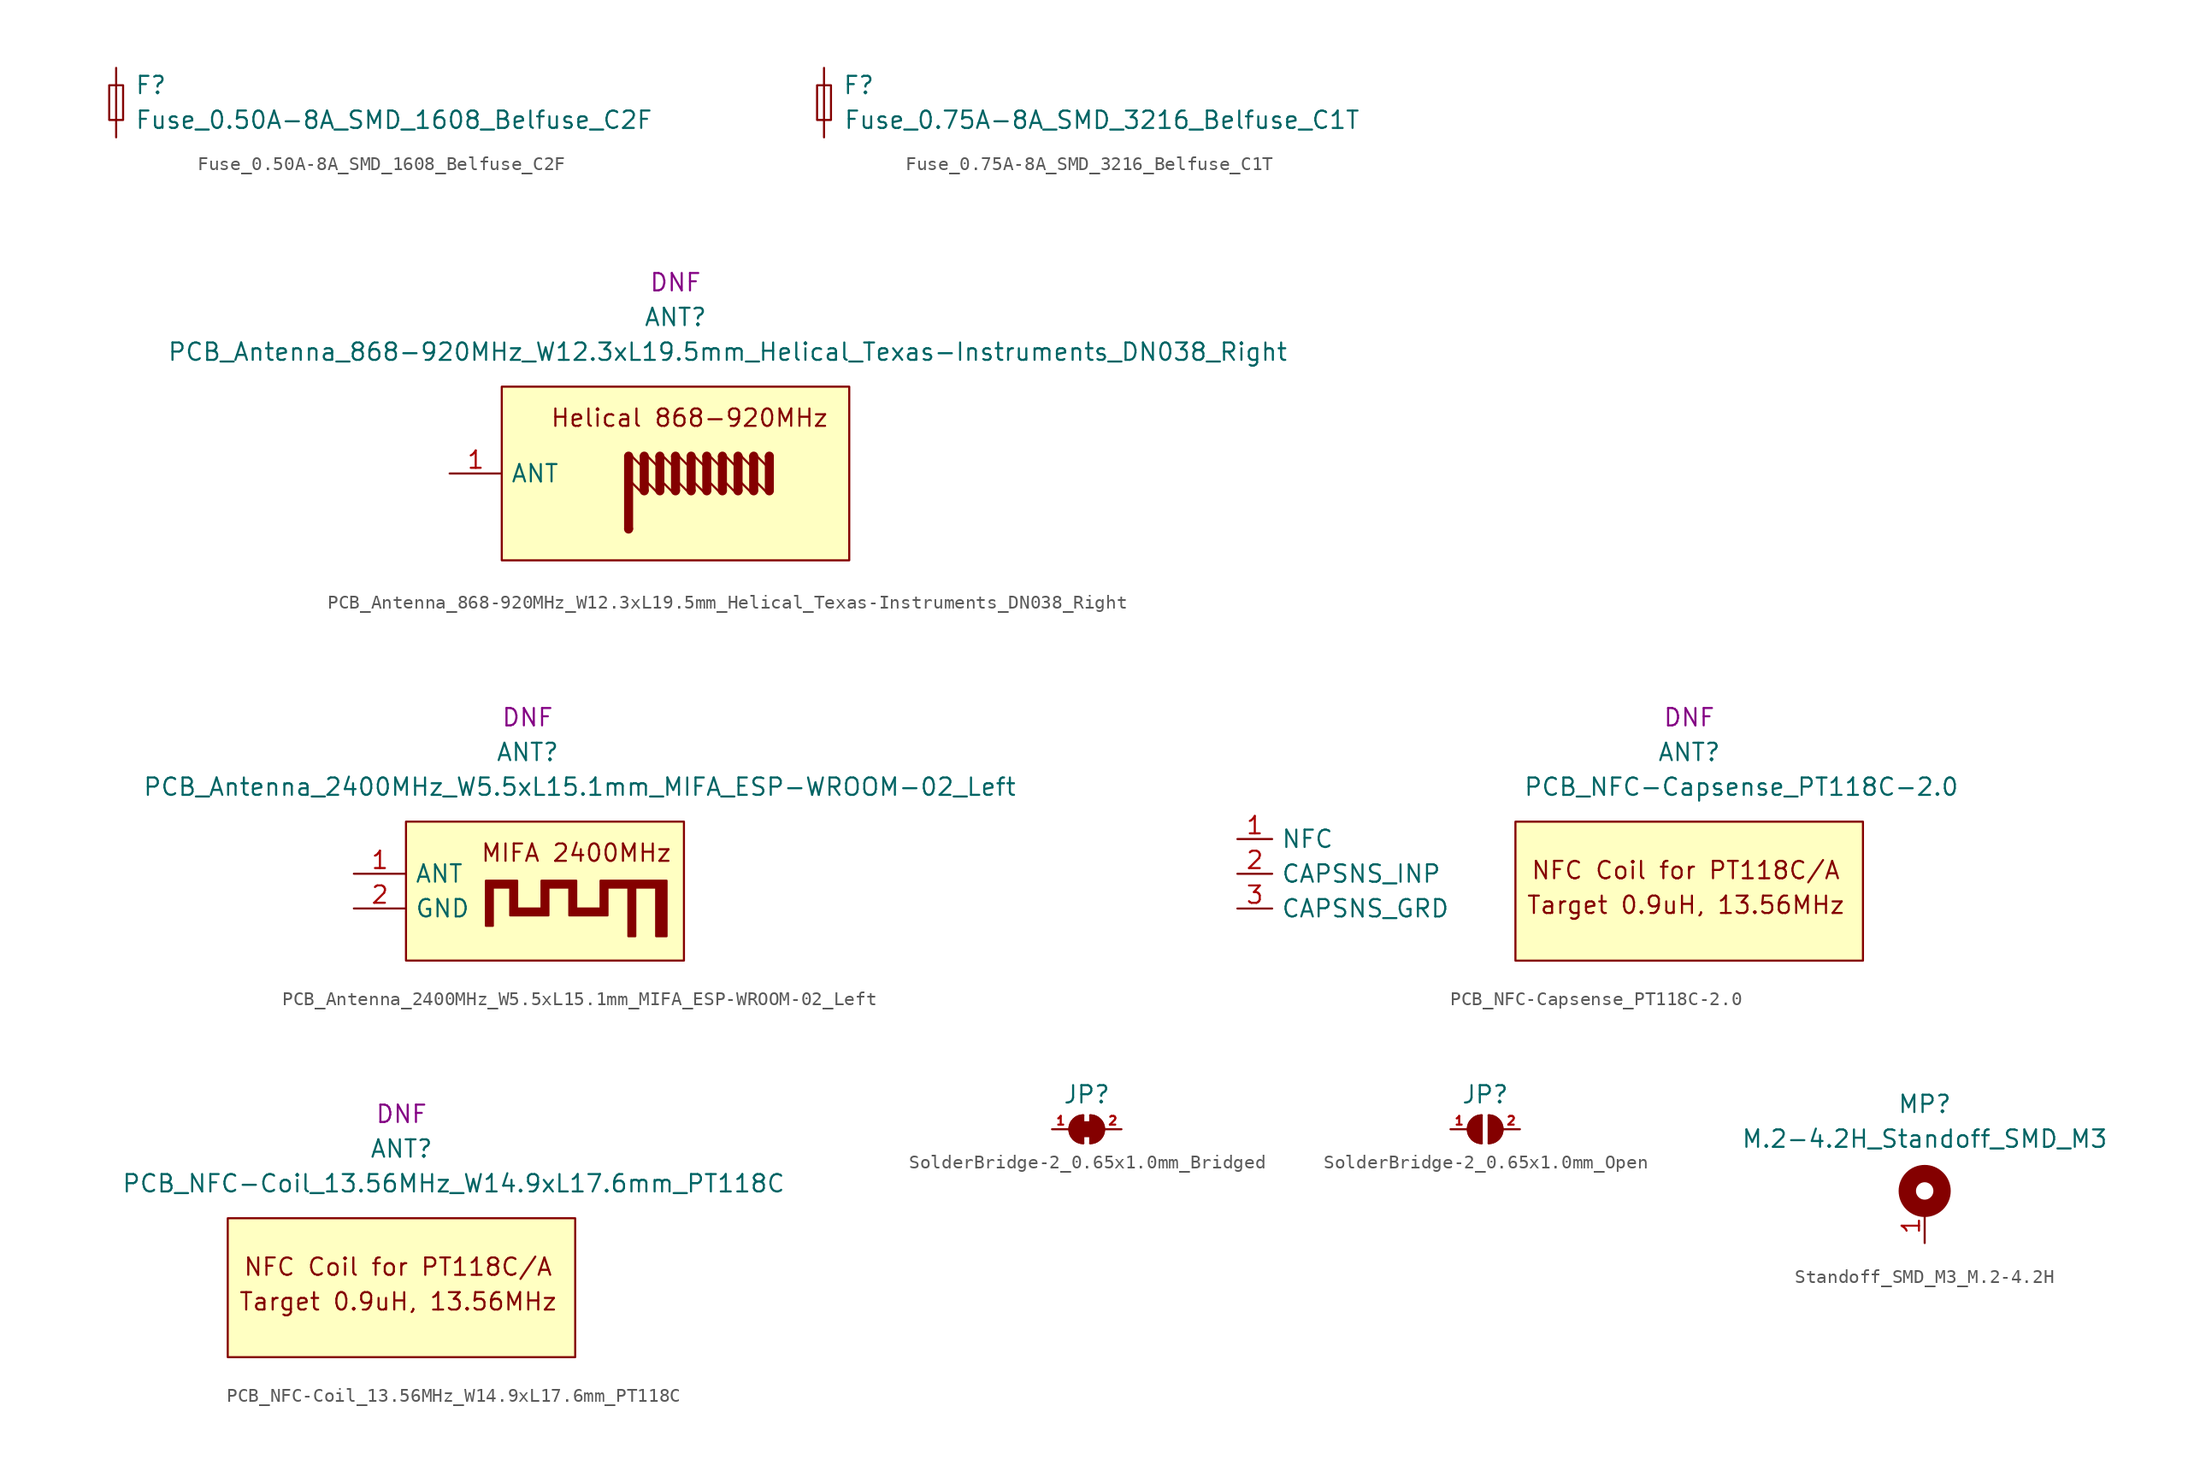
<source format=kicad_sym>
(kicad_symbol_lib
  (version 20220914)
  (generator kicad_symbol_editor)
  (symbol "Fuse_0.50A-8A_SMD_1608_Belfuse_C2F"
    (pin_numbers hide)
    (pin_names
      (offset 1.27) hide)
    (property "Reference" "F"
      (at 2.54 1.27 0)
      (effects (font (size 1.27 1.27))))
    (property "Value" "Fuse_0.50A-8A_SMD_1608_Belfuse_C2F"
      (at 20.32 -1.27 0)
      (effects (font (size 1.27 1.27))))
    (symbol "Fuse_0.50A-8A_SMD_1608_Belfuse_C2F_1_1"
      (rectangle (start -0.508 -1.27) (end 0.508 1.27) (stroke (width 0) (type default)) (fill (type none)))
      (polyline (pts (xy 0 -1.27) (xy 0 1.27)) (stroke (width 0) (type default)) (fill (type none)))
      (pin passive line (at 0 -2.54 90) (length 1.27) (name "~" (effects (font (size 1.27 1.27)))) (number "1" (effects (font (size 1.27 1.27)))))
      (pin passive line (at 0 2.54 270) (length 1.27) (name "~" (effects (font (size 1.27 1.27)))) (number "2" (effects (font (size 1.27 1.27)))))))
  (symbol "Fuse_0.75A-8A_SMD_3216_Belfuse_C1T"
    (pin_numbers hide)
    (pin_names
      (offset 1.27) hide)
    (property "Reference" "F"
      (at 2.54 1.27 0)
      (effects (font (size 1.27 1.27))))
    (property "Value" "Fuse_0.75A-8A_SMD_3216_Belfuse_C1T"
      (at 20.32 -1.27 0)
      (effects (font (size 1.27 1.27))))
    (symbol "Fuse_0.75A-8A_SMD_3216_Belfuse_C1T_1_1"
      (rectangle (start -0.508 -1.27) (end 0.508 1.27) (stroke (width 0) (type default)) (fill (type none)))
      (polyline (pts (xy 0 -1.27) (xy 0 1.27)) (stroke (width 0) (type default)) (fill (type none)))
      (pin passive line (at 0 -2.54 90) (length 1.27) (name "~" (effects (font (size 1.27 1.27)))) (number "1" (effects (font (size 1.27 1.27)))))
      (pin passive line (at 0 2.54 270) (length 1.27) (name "~" (effects (font (size 1.27 1.27)))) (number "2" (effects (font (size 1.27 1.27)))))))
  (symbol "PCB_Antenna_868-920MHz_W12.3xL19.5mm_Helical_Texas-Instruments_DN038_Right"
    (pin_names
      (offset 0.635))
    (property "Reference" "ANT"
      (at 0 11.43 0)
      (effects (font (size 1.27 1.27))))
    (property "Value" "PCB_Antenna_868-920MHz_W12.3xL19.5mm_Helical_Texas-Instruments_DN038_Right"
      (at 3.81 8.89 0)
      (effects (font (size 1.27 1.27))))
    (property "FitPart" "DNF"
      (at 0 13.97 0)
      (effects (font (size 1.27 1.27))))
    (symbol "PCB_Antenna_868-920MHz_W12.3xL19.5mm_Helical_Texas-Instruments_DN038_Right_0_0"
      (circle (center -3.429 -4.064) (radius 0.254) (stroke (width 0) (type default)) (fill (type outline)))
      (rectangle (start -3.175 -4.064) (end -3.683 1.27) (stroke (width 0) (type default)) (fill (type outline)))
      (rectangle (start -2.54 1.27) (end -2.032 -1.27) (stroke (width 0) (type default)) (fill (type outline)))
      (circle (center -2.286 1.27) (radius 0.254) (stroke (width 0) (type default)) (fill (type outline)))
      (rectangle (start -1.397 1.27) (end -0.889 -1.27) (stroke (width 0) (type default)) (fill (type outline)))
      (circle (center -1.143 1.27) (radius 0.254) (stroke (width 0) (type default)) (fill (type outline)))
      (polyline (pts (xy -3.378 1.448) (xy -2.464 0.533) (xy -2.464 -1.397) (xy -3.302 -0.559) (xy -3.302 1.321)) (stroke (width 0) (type default)) (fill (type none)))
      (polyline (pts (xy -2.235 1.448) (xy -1.321 0.533) (xy -1.321 -1.397) (xy -2.159 -0.559) (xy -2.159 1.321)) (stroke (width 0) (type default)) (fill (type none)))
      (polyline (pts (xy -1.092 1.448) (xy -0.178 0.533) (xy -0.178 -1.397) (xy -1.016 -0.559) (xy -1.016 1.321)) (stroke (width 0) (type default)) (fill (type none)))
      (text "Helical 868-920MHz" (at 1.016 4.064 0) (effects (font (size 1.27 1.27))))
      (pin bidirectional line (at -16.51 0 0) (length 3.81) (name "ANT" (effects (font (size 1.27 1.27)))) (number "1" (effects (font (size 1.27 1.27))))))
    (symbol "PCB_Antenna_868-920MHz_W12.3xL19.5mm_Helical_Texas-Instruments_DN038_Right_0_1"
      (rectangle (start -12.7 6.35) (end 12.7 -6.35) (stroke (width 0) (type default)) (fill (type background))))
    (symbol "PCB_Antenna_868-920MHz_W12.3xL19.5mm_Helical_Texas-Instruments_DN038_Right_1_1"
      (circle (center -3.429 1.27) (radius 0.254) (stroke (width 0) (type default)) (fill (type outline)))
      (circle (center -2.286 -1.27) (radius 0.254) (stroke (width 0) (type default)) (fill (type outline)))
      (circle (center -1.143 -1.27) (radius 0.254) (stroke (width 0) (type default)) (fill (type outline)))
      (rectangle (start -0.254 1.27) (end 0.254 -1.27) (stroke (width 0) (type default)) (fill (type outline)))
      (circle (center 0 -1.27) (radius 0.254) (stroke (width 0) (type default)) (fill (type outline)))
      (polyline (pts (xy 0.051 1.448) (xy 0.965 0.533) (xy 0.965 -1.397) (xy 0.127 -0.559) (xy 0.127 1.321)) (stroke (width 0) (type default)) (fill (type none)))
      (polyline (pts (xy 1.194 1.448) (xy 2.108 0.533) (xy 2.108 -1.397) (xy 1.27 -0.559) (xy 1.27 1.321)) (stroke (width 0) (type default)) (fill (type none)))
      (polyline (pts (xy 2.337 1.448) (xy 3.251 0.533) (xy 3.251 -1.397) (xy 2.413 -0.559) (xy 2.413 1.321)) (stroke (width 0) (type default)) (fill (type none)))
      (polyline (pts (xy 3.48 1.448) (xy 4.394 0.533) (xy 4.394 -1.397) (xy 3.556 -0.559) (xy 3.556 1.321)) (stroke (width 0) (type default)) (fill (type none)))
      (polyline (pts (xy 4.623 1.448) (xy 5.537 0.533) (xy 5.537 -1.397) (xy 4.699 -0.559) (xy 4.699 1.321)) (stroke (width 0) (type default)) (fill (type none)))
      (polyline (pts (xy 5.766 1.448) (xy 6.68 0.533) (xy 6.68 -1.397) (xy 5.842 -0.559) (xy 5.842 1.321)) (stroke (width 0) (type default)) (fill (type none)))
      (circle (center 0 1.27) (radius 0.254) (stroke (width 0) (type default)) (fill (type outline)))
      (rectangle (start 0.889 1.27) (end 1.397 -1.27) (stroke (width 0) (type default)) (fill (type outline)))
      (circle (center 1.143 -1.27) (radius 0.254) (stroke (width 0) (type default)) (fill (type outline)))
      (circle (center 1.143 1.27) (radius 0.254) (stroke (width 0) (type default)) (fill (type outline)))
      (rectangle (start 2.032 1.27) (end 2.54 -1.27) (stroke (width 0) (type default)) (fill (type outline)))
      (circle (center 2.286 -1.27) (radius 0.254) (stroke (width 0) (type default)) (fill (type outline)))
      (circle (center 2.286 1.27) (radius 0.254) (stroke (width 0) (type default)) (fill (type outline)))
      (rectangle (start 3.175 1.27) (end 3.683 -1.27) (stroke (width 0) (type default)) (fill (type outline)))
      (circle (center 3.429 -1.27) (radius 0.254) (stroke (width 0) (type default)) (fill (type outline)))
      (circle (center 3.429 1.27) (radius 0.254) (stroke (width 0) (type default)) (fill (type outline)))
      (rectangle (start 4.318 1.27) (end 4.826 -1.27) (stroke (width 0) (type default)) (fill (type outline)))
      (circle (center 4.572 -1.27) (radius 0.254) (stroke (width 0) (type default)) (fill (type outline)))
      (circle (center 4.572 1.27) (radius 0.254) (stroke (width 0) (type default)) (fill (type outline)))
      (rectangle (start 5.461 1.27) (end 5.969 -1.27) (stroke (width 0) (type default)) (fill (type outline)))
      (circle (center 5.715 -1.27) (radius 0.254) (stroke (width 0) (type default)) (fill (type outline)))
      (circle (center 5.715 1.27) (radius 0.254) (stroke (width 0) (type default)) (fill (type outline)))
      (rectangle (start 6.604 1.27) (end 7.112 -1.27) (stroke (width 0) (type default)) (fill (type outline)))
      (circle (center 6.858 -1.27) (radius 0.254) (stroke (width 0) (type default)) (fill (type outline)))
      (circle (center 6.858 1.27) (radius 0.254) (stroke (width 0) (type default)) (fill (type outline)))))
  (symbol "PCB_Antenna_2400MHz_W5.5xL15.1mm_MIFA_ESP-WROOM-02_Left"
    (pin_names
      (offset 0.635))
    (property "Reference" "ANT"
      (at -1.27 10.16 0)
      (effects (font (size 1.27 1.27))))
    (property "Value" "PCB_Antenna_2400MHz_W5.5xL15.1mm_MIFA_ESP-WROOM-02_Left"
      (at 2.54 7.62 0)
      (effects (font (size 1.27 1.27))))
    (property "FitPart" "DNF"
      (at -1.27 12.7 0)
      (effects (font (size 1.27 1.27))))
    (symbol "PCB_Antenna_2400MHz_W5.5xL15.1mm_MIFA_ESP-WROOM-02_Left_0_0"
      (polyline (pts (xy 8.89 -3.302) (xy 8.89 0.762) (xy 4.064 0.762) (xy 4.064 -1.27) (xy 2.286 -1.27) (xy 2.286 0.762) (xy -0.254 0.762) (xy -0.254 -1.27) (xy -2.032 -1.27) (xy -2.032 0.762) (xy -4.318 0.762) (xy -4.318 -2.54) (xy -3.81 -2.54) (xy -3.81 0.254) (xy -2.54 0.254) (xy -2.54 -1.778) (xy 0.254 -1.778) (xy 0.254 0.254) (xy 1.778 0.254) (xy 1.778 -1.778) (xy 4.572 -1.778) (xy 4.572 0.254) (xy 6.096 0.254) (xy 6.096 -3.302) (xy 6.604 -3.302) (xy 6.604 0.254) (xy 8.128 0.254) (xy 8.128 -3.302) (xy 8.89 -3.302)) (stroke (width 0) (type default)) (fill (type outline)))
      (text "MIFA 2400MHz" (at 2.286 2.794 0) (effects (font (size 1.27 1.27))))
      (pin bidirectional line (at -13.97 1.27 0) (length 3.81) (name "ANT" (effects (font (size 1.27 1.27)))) (number "1" (effects (font (size 1.27 1.27)))))
      (pin power_in line (at -13.97 -1.27 0) (length 3.81) (name "GND" (effects (font (size 1.27 1.27)))) (number "2" (effects (font (size 1.27 1.27))))))
    (symbol "PCB_Antenna_2400MHz_W5.5xL15.1mm_MIFA_ESP-WROOM-02_Left_0_1"
      (rectangle (start -10.16 5.08) (end 10.16 -5.08) (stroke (width 0) (type default)) (fill (type background)))))
  (symbol "PCB_NFC-Capsense_PT118C-2.0"
    (pin_names
      (offset 0.635))
    (property "Reference" "ANT"
      (at 0 10.16 0)
      (effects (font (size 1.27 1.27))))
    (property "Value" "PCB_NFC-Capsense_PT118C-2.0"
      (at 3.81 7.62 0)
      (effects (font (size 1.27 1.27))))
    (property "FitPart" "DNF"
      (at 0 12.7 0)
      (effects (font (size 1.27 1.27))))
    (symbol "PCB_NFC-Capsense_PT118C-2.0_0_0"
      (text "NFC Coil for PT118C/A" (at -0.254 1.524 0) (effects (font (size 1.27 1.27))))
      (text "Target 0.9uH, 13.56MHz" (at -0.254 -1.016 0) (effects (font (size 1.27 1.27))))
      (pin passive line (at -33.02 3.81 0) (length 2.54) (name "NFC" (effects (font (size 1.27 1.27)))) (number "1" (effects (font (size 1.27 1.27)))))
      (pin passive line (at -33.02 1.27 0) (length 2.54) (name "CAPSNS_INP" (effects (font (size 1.27 1.27)))) (number "2" (effects (font (size 1.27 1.27)))))
      (pin passive line (at -33.02 -1.27 0) (length 2.54) (name "CAPSNS_GRD" (effects (font (size 1.27 1.27)))) (number "3" (effects (font (size 1.27 1.27))))))
    (symbol "PCB_NFC-Capsense_PT118C-2.0_0_1"
      (rectangle (start -12.7 5.08) (end 12.7 -5.08) (stroke (width 0) (type default)) (fill (type background)))))
  (symbol "PCB_NFC-Coil_13.56MHz_W14.9xL17.6mm_PT118C"
    (pin_names
      (offset 0.635))
    (property "Reference" "ANT"
      (at 0 10.16 0)
      (effects (font (size 1.27 1.27))))
    (property "Value" "PCB_NFC-Coil_13.56MHz_W14.9xL17.6mm_PT118C"
      (at 3.81 7.62 0)
      (effects (font (size 1.27 1.27))))
    (property "FitPart" "DNF"
      (at 0 12.7 0)
      (effects (font (size 1.27 1.27))))
    (symbol "PCB_NFC-Coil_13.56MHz_W14.9xL17.6mm_PT118C_0_0"
      (text "NFC Coil for PT118C/A" (at -0.254 1.524 0) (effects (font (size 1.27 1.27))))
      (text "Target 0.9uH, 13.56MHz" (at -0.254 -1.016 0) (effects (font (size 1.27 1.27)))))
    (symbol "PCB_NFC-Coil_13.56MHz_W14.9xL17.6mm_PT118C_0_1"
      (rectangle (start -12.7 5.08) (end 12.7 -5.08) (stroke (width 0) (type default)) (fill (type background)))))
  (symbol "SolderBridge-2_0.65x1.0mm_Bridged"
    (pin_names
      (offset 1.27) hide)
    (property "Reference" "JP"
      (at 0 2.54 0)
      (effects (font (size 1.27 1.27))))
    (symbol "SolderBridge-2_0.65x1.0mm_Bridged_0_1"
      (rectangle (start -0.508 0.508) (end 0.508 -0.508) (stroke (width 0) (type default)) (fill (type outline)))
      (arc (start -0.254 1.016) (mid -1.2656 0) (end -0.254 -1.016) (stroke (width 0) (type default)) (fill (type none)))
      (arc (start -0.254 1.016) (mid -1.2656 0) (end -0.254 -1.016) (stroke (width 0) (type default)) (fill (type outline)))
      (polyline (pts (xy -0.254 1.016) (xy -0.254 -1.016)) (stroke (width 0) (type default)) (fill (type none)))
      (polyline (pts (xy 0.254 1.016) (xy 0.254 -1.016)) (stroke (width 0) (type default)) (fill (type none)))
      (arc (start 0.254 -1.016) (mid 1.2656 0) (end 0.254 1.016) (stroke (width 0) (type default)) (fill (type none)))
      (arc (start 0.254 -1.016) (mid 1.2656 0) (end 0.254 1.016) (stroke (width 0) (type default)) (fill (type outline))))
    (symbol "SolderBridge-2_0.65x1.0mm_Bridged_1_1"
      (pin passive line (at -2.54 0 0) (length 1.27) (name "A" (effects (font (size 1.27 1.27)))) (number "1" (effects (font (size 0.635 0.635)))))
      (pin passive line (at 2.54 0 180) (length 1.27) (name "B" (effects (font (size 1.27 1.27)))) (number "2" (effects (font (size 0.635 0.635)))))))
  (symbol "SolderBridge-2_0.65x1.0mm_Open"
    (pin_names
      (offset 1.27) hide)
    (property "Reference" "JP"
      (at 0 2.54 0)
      (effects (font (size 1.27 1.27))))
    (symbol "SolderBridge-2_0.65x1.0mm_Open_0_1"
      (arc (start -0.254 1.016) (mid -1.2656 0) (end -0.254 -1.016) (stroke (width 0) (type default)) (fill (type none)))
      (arc (start -0.254 1.016) (mid -1.2656 0) (end -0.254 -1.016) (stroke (width 0) (type default)) (fill (type outline)))
      (polyline (pts (xy -0.254 1.016) (xy -0.254 -1.016)) (stroke (width 0) (type default)) (fill (type none)))
      (polyline (pts (xy 0.254 1.016) (xy 0.254 -1.016)) (stroke (width 0) (type default)) (fill (type none)))
      (arc (start 0.254 -1.016) (mid 1.2656 0) (end 0.254 1.016) (stroke (width 0) (type default)) (fill (type none)))
      (arc (start 0.254 -1.016) (mid 1.2656 0) (end 0.254 1.016) (stroke (width 0) (type default)) (fill (type outline))))
    (symbol "SolderBridge-2_0.65x1.0mm_Open_1_1"
      (pin passive line (at -2.54 0 0) (length 1.27) (name "A" (effects (font (size 1.27 1.27)))) (number "1" (effects (font (size 0.635 0.635)))))
      (pin passive line (at 2.54 0 180) (length 1.27) (name "B" (effects (font (size 1.27 1.27)))) (number "2" (effects (font (size 0.635 0.635)))))))
  (symbol "Standoff_SMD_M3_M.2-4.2H"
    (pin_names
      (offset 1.27) hide)
    (property "Reference" "MP"
      (at 0 7.62 0)
      (effects (font (size 1.27 1.27))))
    (property "Value" "M.2-4.2H_Standoff_SMD_M3"
      (at 0 5.08 0)
      (effects (font (size 1.27 1.27))))
    (symbol "Standoff_SMD_M3_M.2-4.2H_1_1"
      (circle (center 0 1.27) (radius 1.27) (stroke (width 1.27) (type default)) (fill (type none)))
      (pin passive line (at 0 -2.54 90) (length 2.54) (name "1" (effects (font (size 1.27 1.27)))) (number "1" (effects (font (size 1.27 1.27))))))))
</source>
